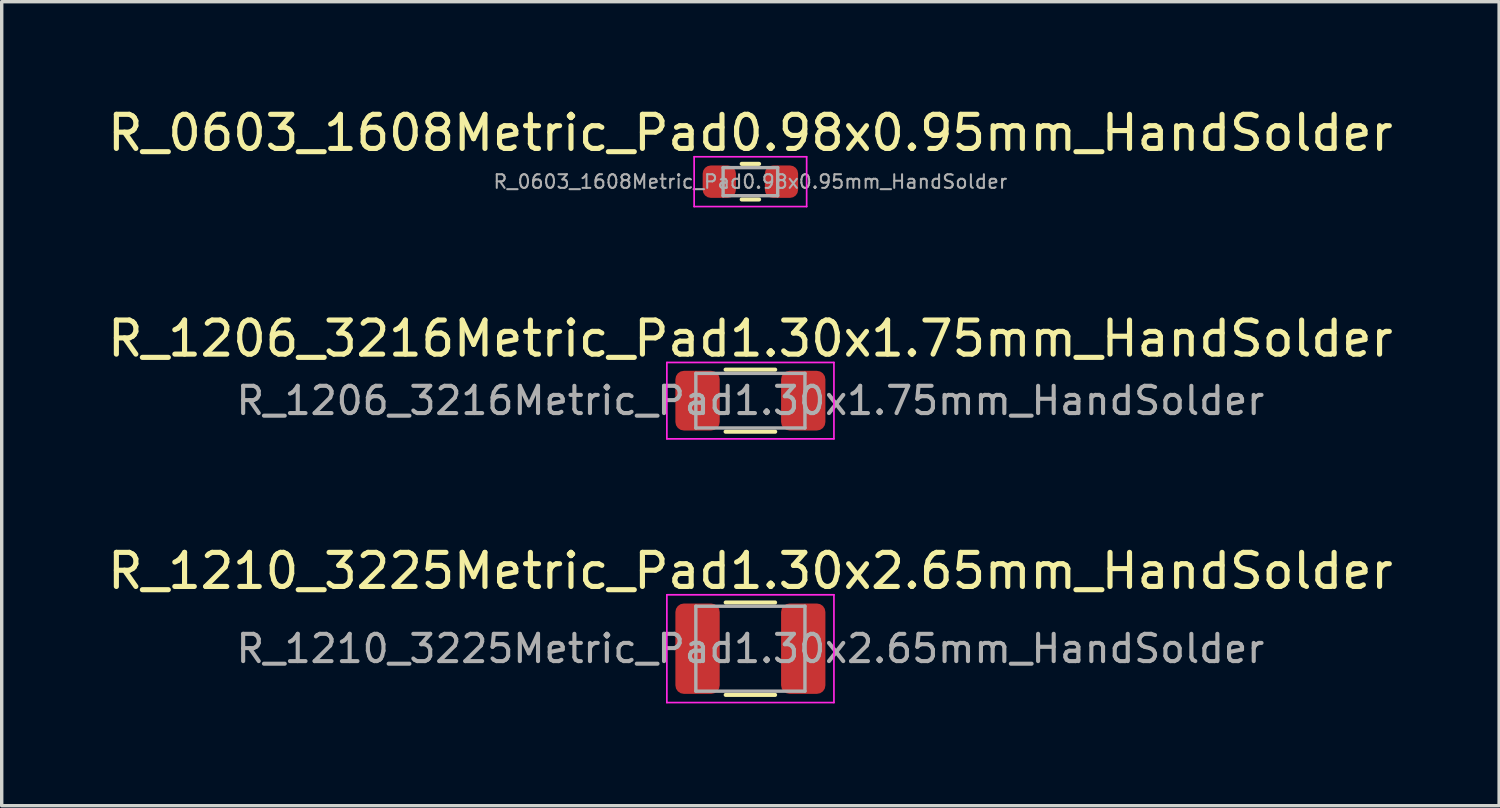
<source format=kicad_pcb>
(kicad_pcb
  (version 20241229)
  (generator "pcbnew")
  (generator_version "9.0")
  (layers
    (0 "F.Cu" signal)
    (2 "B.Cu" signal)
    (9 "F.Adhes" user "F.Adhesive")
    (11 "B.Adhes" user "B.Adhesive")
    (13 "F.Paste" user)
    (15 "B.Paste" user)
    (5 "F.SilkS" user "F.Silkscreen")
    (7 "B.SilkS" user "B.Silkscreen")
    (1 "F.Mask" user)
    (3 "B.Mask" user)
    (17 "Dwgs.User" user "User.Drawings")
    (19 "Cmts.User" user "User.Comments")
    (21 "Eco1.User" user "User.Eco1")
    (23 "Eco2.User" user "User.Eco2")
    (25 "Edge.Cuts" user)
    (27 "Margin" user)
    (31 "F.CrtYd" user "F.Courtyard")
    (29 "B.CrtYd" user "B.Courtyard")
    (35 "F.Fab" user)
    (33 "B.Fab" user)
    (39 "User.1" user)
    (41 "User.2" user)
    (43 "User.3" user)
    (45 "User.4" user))
  (footprint "R_1206_3216Metric_Pad1.30x1.75mm_HandSolder"
    (layer "F.Cu")
    (at 18.958 8.701)
    (property "Reference" "R_1206_3216Metric_Pad1.30x1.75mm_HandSolder" (at 0 -1.82 0) (layer "F.SilkS") (effects (font (size 1 1) (thickness 0.15))))
    (attr smd)
    (fp_line (start -0.727 -0.91) (end 0.727 -0.91) (stroke (width 0.12) (type solid)) (layer "F.SilkS"))
    (fp_line (start -0.727 0.91) (end 0.727 0.91) (stroke (width 0.12) (type solid)) (layer "F.SilkS"))
    (fp_line (start -2.45 -1.12) (end 2.45 -1.12) (stroke (width 0.05) (type solid)) (layer "F.CrtYd"))
    (fp_line (start -2.45 1.12) (end -2.45 -1.12) (stroke (width 0.05) (type solid)) (layer "F.CrtYd"))
    (fp_line (start 2.45 -1.12) (end 2.45 1.12) (stroke (width 0.05) (type solid)) (layer "F.CrtYd"))
    (fp_line (start 2.45 1.12) (end -2.45 1.12) (stroke (width 0.05) (type solid)) (layer "F.CrtYd"))
    (fp_line (start -1.6 -0.8) (end 1.6 -0.8) (stroke (width 0.1) (type solid)) (layer "F.Fab"))
    (fp_line (start -1.6 0.8) (end -1.6 -0.8) (stroke (width 0.1) (type solid)) (layer "F.Fab"))
    (fp_line (start 1.6 -0.8) (end 1.6 0.8) (stroke (width 0.1) (type solid)) (layer "F.Fab"))
    (fp_line (start 1.6 0.8) (end -1.6 0.8) (stroke (width 0.1) (type solid)) (layer "F.Fab"))
    (fp_text user "${REFERENCE}" (at 0 0 0) (layer "F.Fab") (effects (font (size 0.8 0.8) (thickness 0.12))))
    (pad "1" smd roundrect (at -1.55 0) (size 1.3 1.75) (layers "F.Cu" "F.Mask" "F.Paste") (roundrect_rratio 0.192))
    (pad "2" smd roundrect (at 1.55 0) (size 1.3 1.75) (layers "F.Cu" "F.Mask" "F.Paste") (roundrect_rratio 0.192)))
  (footprint "R_0603_1608Metric_Pad0.98x0.95mm_HandSolder"
    (layer "F.Cu")
    (at 18.958 2.278)
    (property "Reference" "R_0603_1608Metric_Pad0.98x0.95mm_HandSolder" (at 0 -1.43 0) (layer "F.SilkS") (effects (font (size 1 1) (thickness 0.15))))
    (attr smd)
    (fp_line (start -0.255 -0.522) (end 0.255 -0.522) (stroke (width 0.12) (type solid)) (layer "F.SilkS"))
    (fp_line (start -0.255 0.522) (end 0.255 0.522) (stroke (width 0.12) (type solid)) (layer "F.SilkS"))
    (fp_line (start -1.65 -0.73) (end 1.65 -0.73) (stroke (width 0.05) (type solid)) (layer "F.CrtYd"))
    (fp_line (start -1.65 0.73) (end -1.65 -0.73) (stroke (width 0.05) (type solid)) (layer "F.CrtYd"))
    (fp_line (start 1.65 -0.73) (end 1.65 0.73) (stroke (width 0.05) (type solid)) (layer "F.CrtYd"))
    (fp_line (start 1.65 0.73) (end -1.65 0.73) (stroke (width 0.05) (type solid)) (layer "F.CrtYd"))
    (fp_line (start -0.8 -0.412) (end 0.8 -0.412) (stroke (width 0.1) (type solid)) (layer "F.Fab"))
    (fp_line (start -0.8 0.412) (end -0.8 -0.412) (stroke (width 0.1) (type solid)) (layer "F.Fab"))
    (fp_line (start 0.8 -0.412) (end 0.8 0.412) (stroke (width 0.1) (type solid)) (layer "F.Fab"))
    (fp_line (start 0.8 0.412) (end -0.8 0.412) (stroke (width 0.1) (type solid)) (layer "F.Fab"))
    (fp_text user "${REFERENCE}" (at 0 0 0) (layer "F.Fab") (effects (font (size 0.4 0.4) (thickness 0.06))))
    (pad "1" smd roundrect (at -0.912 0) (size 0.975 0.95) (layers "F.Cu" "F.Mask" "F.Paste") (roundrect_rratio 0.25))
    (pad "2" smd roundrect (at 0.912 0) (size 0.975 0.95) (layers "F.Cu" "F.Mask" "F.Paste") (roundrect_rratio 0.25)))
  (footprint "R_1210_3225Metric_Pad1.30x2.65mm_HandSolder"
    (layer "F.Cu")
    (at 18.958 15.975)
    (property "Reference" "R_1210_3225Metric_Pad1.30x2.65mm_HandSolder" (at 0 -2.28 0) (layer "F.SilkS") (effects (font (size 1 1) (thickness 0.15))))
    (attr smd)
    (fp_line (start -0.724 -1.355) (end 0.724 -1.355) (stroke (width 0.12) (type solid)) (layer "F.SilkS"))
    (fp_line (start -0.724 1.355) (end 0.724 1.355) (stroke (width 0.12) (type solid)) (layer "F.SilkS"))
    (fp_line (start -2.45 -1.58) (end 2.45 -1.58) (stroke (width 0.05) (type solid)) (layer "F.CrtYd"))
    (fp_line (start -2.45 1.58) (end -2.45 -1.58) (stroke (width 0.05) (type solid)) (layer "F.CrtYd"))
    (fp_line (start 2.45 -1.58) (end 2.45 1.58) (stroke (width 0.05) (type solid)) (layer "F.CrtYd"))
    (fp_line (start 2.45 1.58) (end -2.45 1.58) (stroke (width 0.05) (type solid)) (layer "F.CrtYd"))
    (fp_line (start -1.6 -1.245) (end 1.6 -1.245) (stroke (width 0.1) (type solid)) (layer "F.Fab"))
    (fp_line (start -1.6 1.245) (end -1.6 -1.245) (stroke (width 0.1) (type solid)) (layer "F.Fab"))
    (fp_line (start 1.6 -1.245) (end 1.6 1.245) (stroke (width 0.1) (type solid)) (layer "F.Fab"))
    (fp_line (start 1.6 1.245) (end -1.6 1.245) (stroke (width 0.1) (type solid)) (layer "F.Fab"))
    (fp_text user "${REFERENCE}" (at 0 0 0) (layer "F.Fab") (effects (font (size 0.8 0.8) (thickness 0.12))))
    (pad "1" smd roundrect (at -1.55 0) (size 1.3 2.65) (layers "F.Cu" "F.Mask" "F.Paste") (roundrect_rratio 0.192))
    (pad "2" smd roundrect (at 1.55 0) (size 1.3 2.65) (layers "F.Cu" "F.Mask" "F.Paste") (roundrect_rratio 0.192)))
  (gr_rect
    (start -3 -3)
    (end 40.917 20.58)
    (stroke (width 0.1) (type default))
    (fill no)
    (layer "Edge.Cuts")))
</source>
